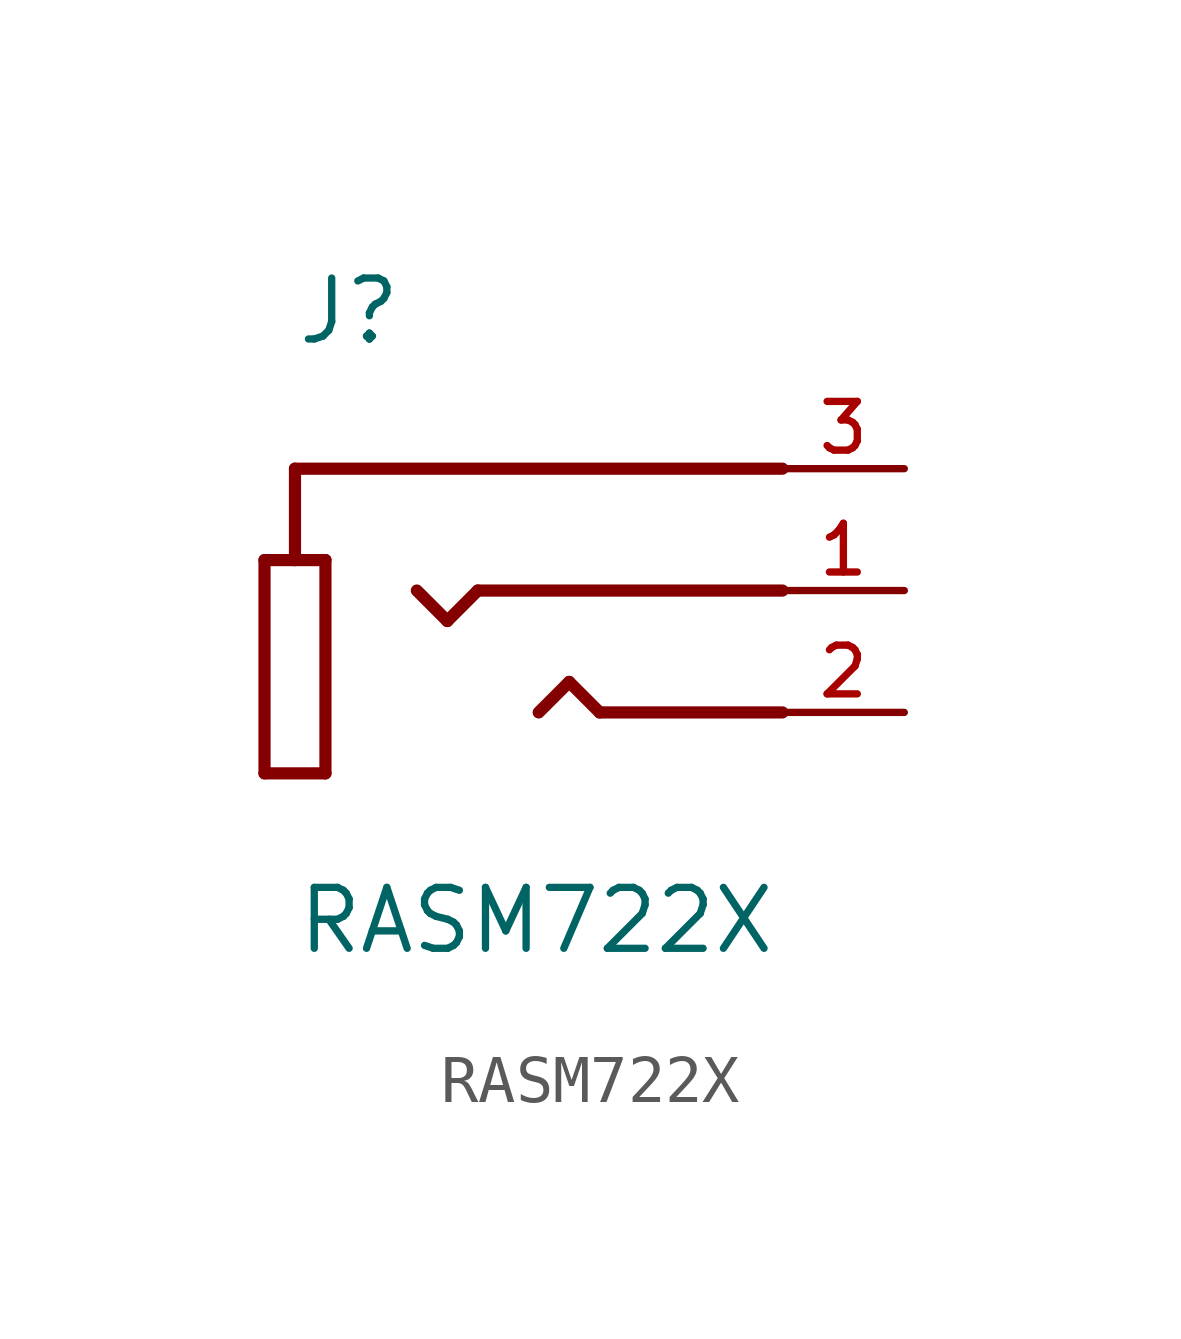
<source format=kicad_sym>
(kicad_symbol_lib
  (version 20211014)
  (generator kicad_symbol_editor)
  (symbol "RASM722X"
    (pin_names
      (offset 1.016) hide)
    (property "Reference" "J"
      (at -5.08 5.08 0)
      (effects (font (size 1.27 1.27)) (justify left bottom)))
    (property "Value" "RASM722X"
      (at -5.08 -7.62 0)
      (effects (font (size 1.27 1.27)) (justify left bottom)))
    (property "ki_locked" ""
      (at 0 0 0)
      (effects (font (size 1.27 1.27))))
    (symbol "RASM722X_0_0"
      (polyline (pts (xy -5.715 -3.81) (xy -5.715 0.635)) (stroke (width 0.254) (type default) (color 0 0 0 0)) (fill (type none)))
      (polyline (pts (xy -5.715 0.635) (xy -5.08 0.635)) (stroke (width 0.254) (type default) (color 0 0 0 0)) (fill (type none)))
      (polyline (pts (xy -5.08 0.635) (xy -4.445 0.635)) (stroke (width 0.254) (type default) (color 0 0 0 0)) (fill (type none)))
      (polyline (pts (xy -5.08 2.54) (xy -5.08 0.635)) (stroke (width 0.254) (type default) (color 0 0 0 0)) (fill (type none)))
      (polyline (pts (xy -4.445 -3.81) (xy -5.715 -3.81)) (stroke (width 0.254) (type default) (color 0 0 0 0)) (fill (type none)))
      (polyline (pts (xy -4.445 0.635) (xy -4.445 -3.81)) (stroke (width 0.254) (type default) (color 0 0 0 0)) (fill (type none)))
      (polyline (pts (xy -1.905 -0.635) (xy -2.54 0)) (stroke (width 0.254) (type default) (color 0 0 0 0)) (fill (type none)))
      (polyline (pts (xy -1.27 0) (xy -1.905 -0.635)) (stroke (width 0.254) (type default) (color 0 0 0 0)) (fill (type none)))
      (polyline (pts (xy 0.635 -1.905) (xy 0 -2.54)) (stroke (width 0.254) (type default) (color 0 0 0 0)) (fill (type none)))
      (polyline (pts (xy 1.27 -2.54) (xy 0.635 -1.905)) (stroke (width 0.254) (type default) (color 0 0 0 0)) (fill (type none)))
      (polyline (pts (xy 5.08 -2.54) (xy 1.27 -2.54)) (stroke (width 0.254) (type default) (color 0 0 0 0)) (fill (type none)))
      (polyline (pts (xy 5.08 0) (xy -1.27 0)) (stroke (width 0.254) (type default) (color 0 0 0 0)) (fill (type none)))
      (polyline (pts (xy 5.08 2.54) (xy -5.08 2.54)) (stroke (width 0.254) (type default) (color 0 0 0 0)) (fill (type none)))
      (pin passive line (at 7.62 0 180) (length 2.54) (name "~" (effects (font (size 1.016 1.016)))) (number "1" (effects (font (size 1.016 1.016)))))
      (pin passive line (at 7.62 -2.54 180) (length 2.54) (name "~" (effects (font (size 1.016 1.016)))) (number "2" (effects (font (size 1.016 1.016)))))
      (pin passive line (at 7.62 2.54 180) (length 2.54) (name "~" (effects (font (size 1.016 1.016)))) (number "3" (effects (font (size 1.016 1.016))))))))
</source>
